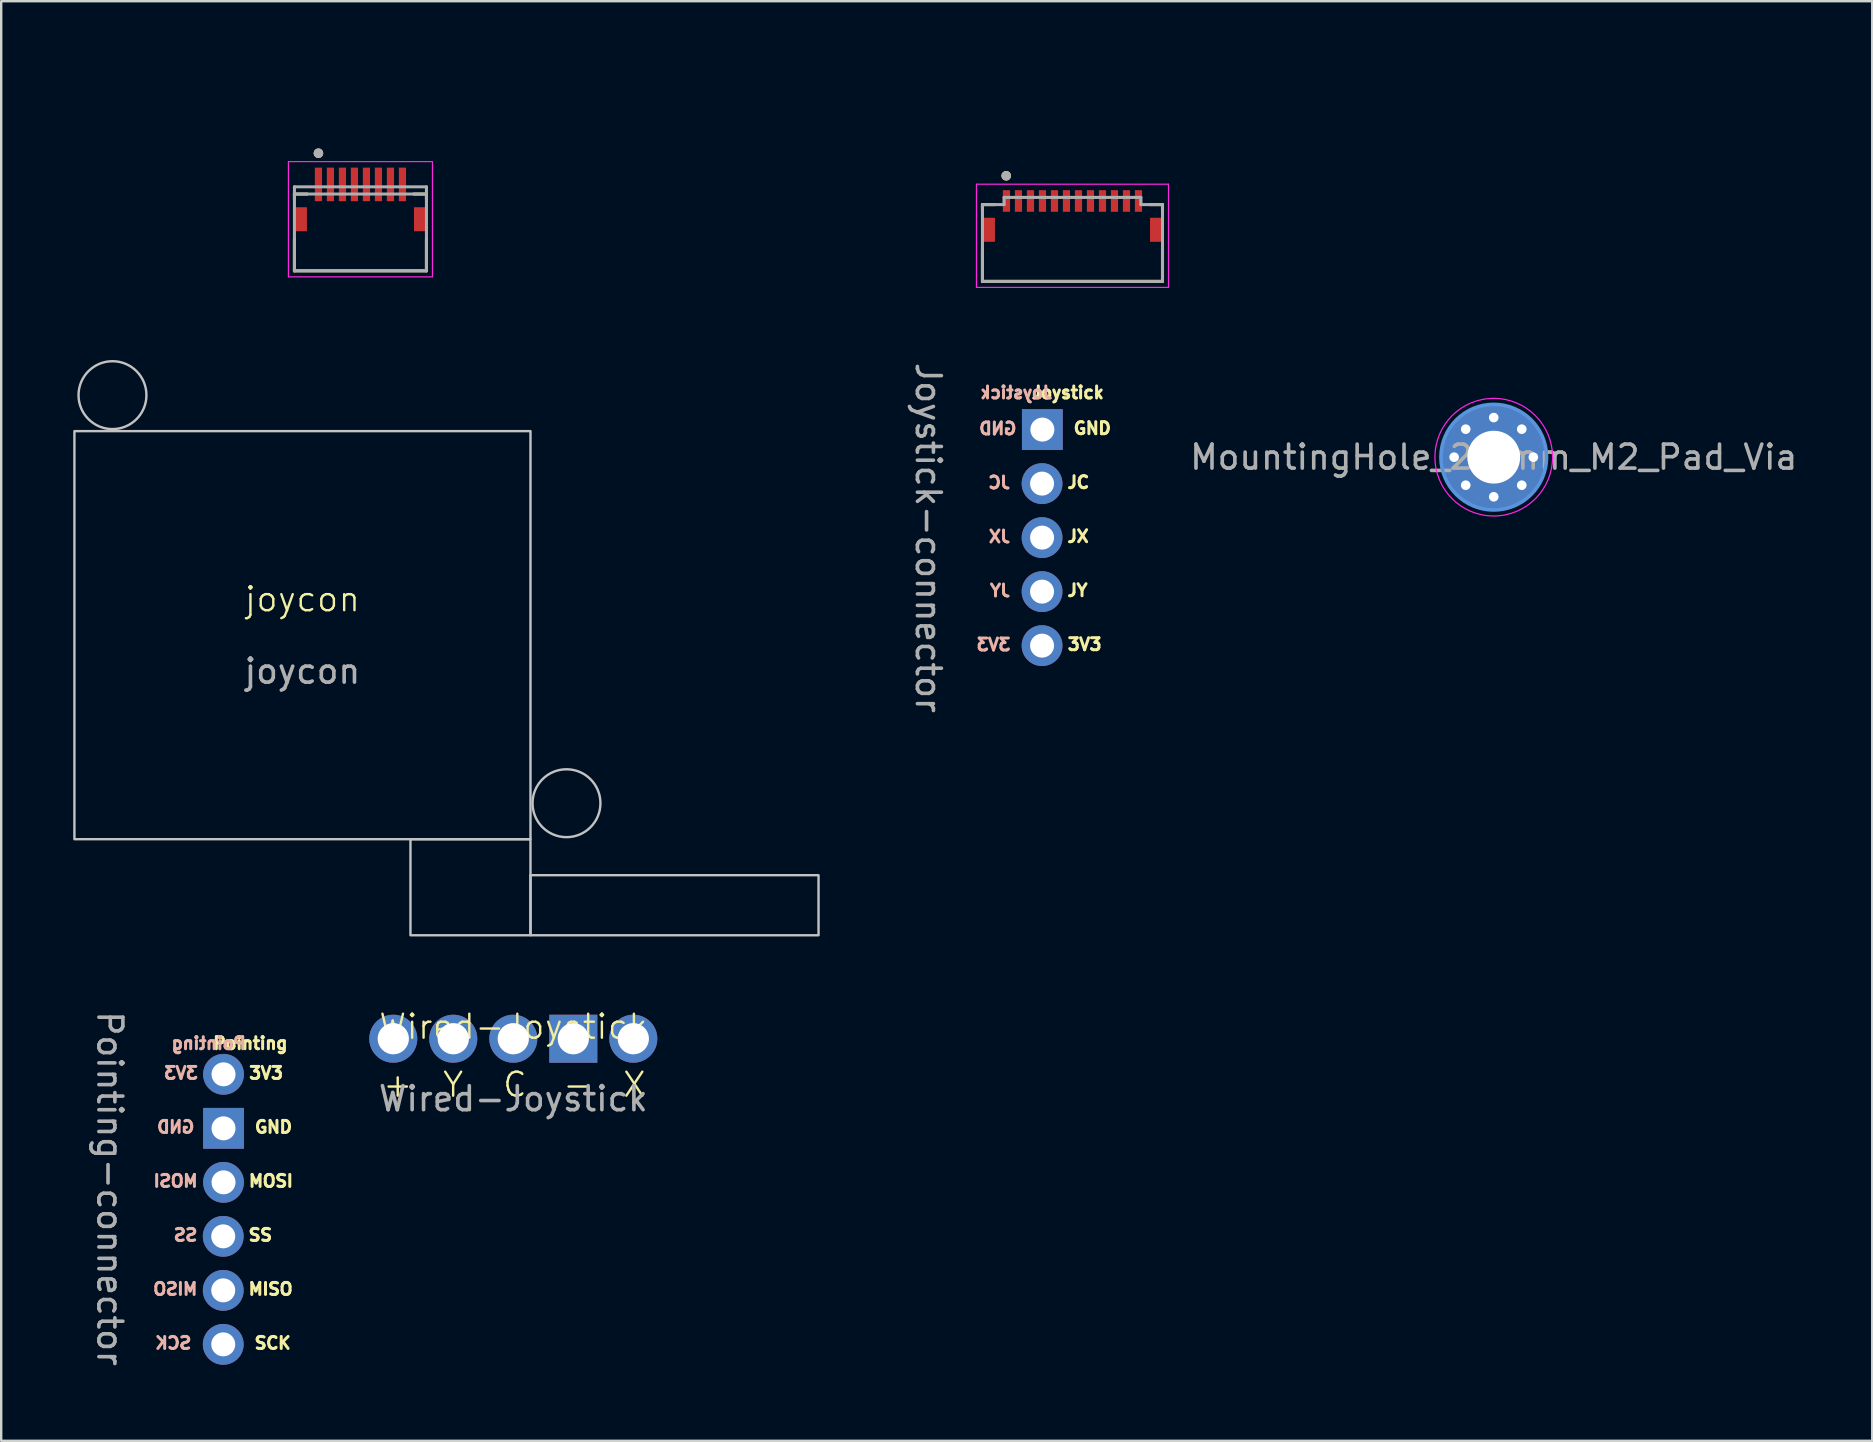
<source format=kicad_pcb>
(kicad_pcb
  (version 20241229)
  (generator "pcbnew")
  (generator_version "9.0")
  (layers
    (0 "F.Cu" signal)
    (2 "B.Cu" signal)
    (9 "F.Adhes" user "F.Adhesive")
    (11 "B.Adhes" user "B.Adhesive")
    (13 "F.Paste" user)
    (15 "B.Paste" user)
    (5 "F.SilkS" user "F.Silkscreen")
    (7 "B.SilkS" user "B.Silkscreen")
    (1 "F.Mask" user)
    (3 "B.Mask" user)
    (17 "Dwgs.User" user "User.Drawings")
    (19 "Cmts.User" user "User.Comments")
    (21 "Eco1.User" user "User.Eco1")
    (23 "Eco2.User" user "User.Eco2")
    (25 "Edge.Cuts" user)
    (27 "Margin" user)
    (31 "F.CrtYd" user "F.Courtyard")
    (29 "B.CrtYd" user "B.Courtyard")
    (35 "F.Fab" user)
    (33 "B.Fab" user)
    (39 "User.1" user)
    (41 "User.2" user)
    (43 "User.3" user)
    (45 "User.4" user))
  (footprint "joycon"
    (layer "F.Cu")
    (at 9.55 23.412)
    (property "Reference" "joycon" (at 0 -1.5 0) (unlocked yes) (layer "F.SilkS") (effects (font (size 1 1) (thickness 0.1))))
    (fp_rect (start -9.5 -8.5) (end 9.5 8.5) (stroke (width 0.1) (type default)) (fill no) (layer "Dwgs.User"))
    (fp_rect (start 4.5 8.5) (end 9.5 12.5) (stroke (width 0.1) (type default)) (fill no) (layer "Dwgs.User"))
    (fp_rect (start 9.5 10) (end 21.5 12.5) (stroke (width 0.1) (type default)) (fill no) (layer "Dwgs.User"))
    (fp_circle (center -7.914 -10) (end -8.914 -9) (stroke (width 0.1) (type default)) (fill no) (layer "Dwgs.User"))
    (fp_circle (center 11 7) (end 10 8) (stroke (width 0.1) (type default)) (fill no) (layer "Dwgs.User"))
    (fp_text user "${REFERENCE}" (at 0 1.5 0) (unlocked yes) (layer "F.Fab") (effects (font (size 1 1) (thickness 0.15)))))
  (footprint "Pointing-connector"
    (layer "F.Cu")
    (at 6.262 47.706)
    (property "Reference" "Pointing-connector" (at -5.75 -1.25 270) (unlocked yes) (layer "User.1") (effects (font (size 0.5 0.5) (thickness 0.15))))
    (attr through_hole)
    (fp_text user "SCK" (at 1.226 5.488 0) (unlocked yes) (layer "F.SilkS") (effects (font (size 0.5 0.5) (thickness 0.15)) (justify left bottom)))
    (fp_text user "MOSI" (at 0.988 -1.262 0) (unlocked yes) (layer "F.SilkS") (effects (font (size 0.5 0.5) (thickness 0.15)) (justify left bottom)))
    (fp_text user "MISO" (at 0.976 3.238 0) (unlocked yes) (layer "F.SilkS") (effects (font (size 0.5 0.5) (thickness 0.15)) (justify left bottom)))
    (fp_text user "3V3" (at 1 -5.762 0) (unlocked yes) (layer "F.SilkS") (effects (font (size 0.5 0.5) (thickness 0.15)) (justify left bottom)))
    (fp_text user "GND" (at 1.238 -3.512 0) (unlocked yes) (layer "F.SilkS") (effects (font (size 0.5 0.5) (thickness 0.15)) (justify left bottom)))
    (fp_text user "Pointing" (at -0.5 -7 0) (unlocked yes) (layer "F.SilkS") (effects (font (size 0.5 0.5) (thickness 0.15)) (justify left bottom)))
    (fp_text user "SS" (at 0.976 0.988 0) (unlocked yes) (layer "F.SilkS") (effects (font (size 0.5 0.5) (thickness 0.15)) (justify left bottom)))
    (fp_text user "MOSI" (at -1.012 -1.262 0) (unlocked yes) (layer "B.SilkS") (effects (font (size 0.5 0.5) (thickness 0.15)) (justify left bottom mirror)))
    (fp_text user "3V3" (at -1 -5.762 0) (unlocked yes) (layer "B.SilkS") (effects (font (size 0.5 0.5) (thickness 0.15)) (justify left bottom mirror)))
    (fp_text user "GND" (at -1.148 -3.512 0) (unlocked yes) (layer "B.SilkS") (effects (font (size 0.5 0.5) (thickness 0.15)) (justify left bottom mirror)))
    (fp_text user "SS" (at -1.024 0.988 0) (unlocked yes) (layer "B.SilkS") (effects (font (size 0.5 0.5) (thickness 0.15)) (justify left bottom mirror)))
    (fp_text user "MISO" (at -1.024 3.238 0) (unlocked yes) (layer "B.SilkS") (effects (font (size 0.5 0.5) (thickness 0.15)) (justify left bottom mirror)))
    (fp_text user "Pointing" (at 1 -7 0) (unlocked yes) (layer "B.SilkS") (effects (font (size 0.5 0.5) (thickness 0.15)) (justify left bottom mirror)))
    (fp_text user "SCK" (at -1.274 5.488 0) (unlocked yes) (layer "B.SilkS") (effects (font (size 0.5 0.5) (thickness 0.15)) (justify left bottom mirror)))
    (fp_text user "${REFERENCE}" (at -4.738 -1.238 270) (unlocked yes) (layer "F.Fab") (effects (font (size 1 1) (thickness 0.15))))
    (pad "1" thru_hole circle (at -0.012 5.25 270) (size 1.7 1.7) (drill 1) (layers "*.Cu" "*.Mask"))
    (pad "2" thru_hole circle (at -0.012 3 270) (size 1.7 1.7) (drill 1) (layers "*.Cu" "*.Mask"))
    (pad "3" thru_hole circle (at -0.012 0.75 270) (size 1.7 1.7) (drill 1) (layers "*.Cu" "*.Mask"))
    (pad "4" thru_hole circle (at 0 -1.5 270) (size 1.7 1.7) (drill 1) (layers "*.Cu" "*.Mask"))
    (pad "5" thru_hole rect (at 0 -3.75 270) (size 1.7 1.7) (drill 1) (layers "*.Cu" "*.Mask"))
    (pad "6" thru_hole circle (at 0 -6 270) (size 1.7 1.7) (drill 1) (layers "*.Cu" "*.Mask")))
  (footprint "AMPHENOL_59453-081110EDHLF"
    (layer "F.Cu")
    (at 11.966 6.483)
    (property "Reference" "AMPHENOL_59453-081110EDHLF" (at 0.635 -5.635 0) (layer "User.1") (effects (font (size 1 1) (thickness 0.15))))
    (attr smd)
    (fp_poly (pts (xy -1.95 -2.6) (xy -1.55 -2.6) (xy -1.55 -1.1) (xy -1.95 -1.1)) (stroke (width 0.01) (type solid)) (fill yes) (layer "F.Mask"))
    (fp_poly (pts (xy -1.45 -2.6) (xy -1.05 -2.6) (xy -1.05 -1.1) (xy -1.45 -1.1)) (stroke (width 0.01) (type solid)) (fill yes) (layer "F.Mask"))
    (fp_poly (pts (xy -0.95 -2.6) (xy -0.55 -2.6) (xy -0.55 -1.1) (xy -0.95 -1.1)) (stroke (width 0.01) (type solid)) (fill yes) (layer "F.Mask"))
    (fp_poly (pts (xy -0.45 -2.6) (xy -0.05 -2.6) (xy -0.05 -1.1) (xy -0.45 -1.1)) (stroke (width 0.01) (type solid)) (fill yes) (layer "F.Mask"))
    (fp_poly (pts (xy 0.05 -2.6) (xy 0.45 -2.6) (xy 0.45 -1.1) (xy 0.05 -1.1)) (stroke (width 0.01) (type solid)) (fill yes) (layer "F.Mask"))
    (fp_poly (pts (xy 0.55 -2.6) (xy 0.95 -2.6) (xy 0.95 -1.1) (xy 0.55 -1.1)) (stroke (width 0.01) (type solid)) (fill yes) (layer "F.Mask"))
    (fp_poly (pts (xy 1.05 -2.6) (xy 1.45 -2.6) (xy 1.45 -1.1) (xy 1.05 -1.1)) (stroke (width 0.01) (type solid)) (fill yes) (layer "F.Mask"))
    (fp_poly (pts (xy 1.55 -2.6) (xy 1.95 -2.6) (xy 1.95 -1.1) (xy 1.55 -1.1)) (stroke (width 0.01) (type solid)) (fill yes) (layer "F.Mask"))
    (fp_line (start -2.75 -1.45) (end -2.22 -1.45) (stroke (width 0.127) (type solid)) (layer "F.SilkS"))
    (fp_line (start -2.75 -1.22) (end -2.75 -1.45) (stroke (width 0.127) (type solid)) (layer "F.SilkS"))
    (fp_line (start -2.75 1.75) (end -2.75 0.42) (stroke (width 0.127) (type solid)) (layer "F.SilkS"))
    (fp_line (start 2.22 -1.45) (end 2.75 -1.45) (stroke (width 0.127) (type solid)) (layer "F.SilkS"))
    (fp_line (start 2.75 -1.45) (end 2.75 -1.22) (stroke (width 0.127) (type solid)) (layer "F.SilkS"))
    (fp_line (start 2.75 1.75) (end -2.75 1.75) (stroke (width 0.127) (type solid)) (layer "F.SilkS"))
    (fp_line (start 2.75 1.75) (end 2.75 0.42) (stroke (width 0.127) (type solid)) (layer "F.SilkS"))
    (fp_circle (center -1.75 -3.15) (end -1.65 -3.15) (stroke (width 0.2) (type solid)) (fill no) (layer "F.SilkS"))
    (fp_line (start -3 -2.8) (end -3 2) (stroke (width 0.05) (type solid)) (layer "F.CrtYd"))
    (fp_line (start -3 2) (end 3 2) (stroke (width 0.05) (type solid)) (layer "F.CrtYd"))
    (fp_line (start 3 -2.8) (end -3 -2.8) (stroke (width 0.05) (type solid)) (layer "F.CrtYd"))
    (fp_line (start 3 2) (end 3 -2.8) (stroke (width 0.05) (type solid)) (layer "F.CrtYd"))
    (fp_line (start -2.75 -1.75) (end 2.75 -1.75) (stroke (width 0.127) (type solid)) (layer "F.Fab"))
    (fp_line (start -2.75 -1.45) (end -2.75 -1.75) (stroke (width 0.127) (type solid)) (layer "F.Fab"))
    (fp_line (start -2.75 -1.45) (end 2.75 -1.45) (stroke (width 0.127) (type solid)) (layer "F.Fab"))
    (fp_line (start -2.75 1.75) (end -2.75 -1.45) (stroke (width 0.127) (type solid)) (layer "F.Fab"))
    (fp_line (start 2.75 -1.75) (end 2.75 -1.45) (stroke (width 0.127) (type solid)) (layer "F.Fab"))
    (fp_line (start 2.75 -1.45) (end 2.75 1.75) (stroke (width 0.127) (type solid)) (layer "F.Fab"))
    (fp_line (start 2.75 1.75) (end -2.75 1.75) (stroke (width 0.127) (type solid)) (layer "F.Fab"))
    (fp_circle (center -1.75 -3.15) (end -1.65 -3.15) (stroke (width 0.2) (type solid)) (fill no) (layer "F.Fab"))
    (pad "1" smd rect (at -1.75 -1.85) (size 0.3 1.4) (layers "F.Cu" "F.Paste"))
    (pad "2" smd rect (at -1.25 -1.85) (size 0.3 1.4) (layers "F.Cu" "F.Paste"))
    (pad "3" smd rect (at -0.75 -1.85) (size 0.3 1.4) (layers "F.Cu" "F.Paste"))
    (pad "4" smd rect (at -0.25 -1.85) (size 0.3 1.4) (layers "F.Cu" "F.Paste"))
    (pad "5" smd rect (at 0.25 -1.85) (size 0.3 1.4) (layers "F.Cu" "F.Paste"))
    (pad "6" smd rect (at 0.75 -1.85) (size 0.3 1.4) (layers "F.Cu" "F.Paste"))
    (pad "7" smd rect (at 1.25 -1.85) (size 0.3 1.4) (layers "F.Cu" "F.Paste"))
    (pad "8" smd rect (at 1.75 -1.85) (size 0.3 1.4) (layers "F.Cu" "F.Paste"))
    (pad "SH1" smd rect (at -2.49 -0.4) (size 0.52 1) (layers "F.Cu" "F.Mask" "F.Paste"))
    (pad "SH2" smd rect (at 2.49 -0.4) (size 0.52 1) (layers "F.Cu" "F.Mask" "F.Paste")))
  (footprint "Joystick-connector"
    (layer "F.Cu")
    (at 40.362 20.597)
    (property "Reference" "Joystick-connector" (at -5.75 -1.25 270) (unlocked yes) (layer "User.1") (effects (font (size 0.5 0.5) (thickness 0.15))))
    (attr through_hole)
    (fp_text user "JX" (at 0.988 -1.012 0) (unlocked yes) (layer "F.SilkS") (effects (font (size 0.5 0.5) (thickness 0.125)) (justify left bottom)))
    (fp_text user "Joystick" (at -0.5 -7 0) (unlocked yes) (layer "F.SilkS") (effects (font (size 0.5 0.5) (thickness 0.125)) (justify left bottom)))
    (fp_text user "GND" (at 1.25 -5.512 0) (unlocked yes) (layer "F.SilkS") (effects (font (size 0.5 0.5) (thickness 0.15)) (justify left bottom)))
    (fp_text user "3V3" (at 1 3.488 0) (unlocked yes) (layer "F.SilkS") (effects (font (size 0.5 0.5) (thickness 0.15)) (justify left bottom)))
    (fp_text user "JY" (at 0.988 1.238 0) (unlocked yes) (layer "F.SilkS") (effects (font (size 0.5 0.5) (thickness 0.125)) (justify left bottom)))
    (fp_text user "JC" (at 0.988 -3.262 0) (unlocked yes) (layer "F.SilkS") (effects (font (size 0.5 0.5) (thickness 0.125)) (justify left bottom)))
    (fp_text user "JX" (at -1.262 -1 0) (unlocked yes) (layer "B.SilkS") (effects (font (size 0.5 0.5) (thickness 0.125)) (justify left bottom mirror)))
    (fp_text user "GND" (at -1 -5.5 0) (unlocked yes) (layer "B.SilkS") (effects (font (size 0.5 0.5) (thickness 0.15)) (justify left bottom mirror)))
    (fp_text user "JY" (at -1.262 1.25 0) (unlocked yes) (layer "B.SilkS") (effects (font (size 0.5 0.5) (thickness 0.125)) (justify left bottom mirror)))
    (fp_text user "3V3" (at -1.25 3.5 0) (unlocked yes) (layer "B.SilkS") (effects (font (size 0.5 0.5) (thickness 0.15)) (justify left bottom mirror)))
    (fp_text user "Joystick" (at 0.5 -7 0) (unlocked yes) (layer "B.SilkS") (effects (font (size 0.5 0.5) (thickness 0.125)) (justify left bottom mirror)))
    (fp_text user "JC" (at -1.262 -3.25 0) (unlocked yes) (layer "B.SilkS") (effects (font (size 0.5 0.5) (thickness 0.125)) (justify left bottom mirror)))
    (fp_text user "${REFERENCE}" (at -4.738 -1.238 270) (unlocked yes) (layer "F.Fab") (effects (font (size 1 1) (thickness 0.15))))
    (pad "1" thru_hole circle (at 0 3.25 270) (size 1.7 1.7) (drill 1) (layers "*.Cu" "*.Mask"))
    (pad "2" thru_hole circle (at 0 1 270) (size 1.7 1.7) (drill 1) (layers "*.Cu" "*.Mask"))
    (pad "3" thru_hole circle (at 0 -1.25 270) (size 1.7 1.7) (drill 1) (layers "*.Cu" "*.Mask"))
    (pad "4" thru_hole circle (at 0 -3.5 270) (size 1.7 1.7) (drill 1) (layers "*.Cu" "*.Mask"))
    (pad "5" thru_hole rect (at 0.012 -5.75 270) (size 1.7 1.7) (drill 1) (layers "*.Cu" "*.Mask")))
  (footprint "Wired-Joystick"
    (layer "F.Cu")
    (at 18.334 40.223)
    (property "Reference" "Wired-Joystick" (at 0 -0.5 0) (unlocked yes) (layer "F.SilkS") (effects (font (size 1 1) (thickness 0.1))))
    (attr through_hole)
    (fp_text user "-" (at 2 2.5 0) (unlocked yes) (layer "F.SilkS") (effects (font (size 1 1) (thickness 0.1)) (justify left bottom)))
    (fp_text user "X" (at 4.5 2.5 0) (unlocked yes) (layer "F.SilkS") (effects (font (size 1 1) (thickness 0.1)) (justify left bottom)))
    (fp_text user "Y" (at -3 2.5 0) (unlocked yes) (layer "F.SilkS") (effects (font (size 1 1) (thickness 0.1)) (justify left bottom)))
    (fp_text user "+" (at -5.5 2.5 0) (unlocked yes) (layer "F.SilkS") (effects (font (size 1 1) (thickness 0.1)) (justify left bottom)))
    (fp_text user "C" (at -0.5 2.5 0) (unlocked yes) (layer "F.SilkS") (effects (font (size 1 1) (thickness 0.1)) (justify left bottom)))
    (fp_text user "${REFERENCE}" (at 0 2.5 0) (unlocked yes) (layer "F.Fab") (effects (font (size 1 1) (thickness 0.15))))
    (pad "1" thru_hole circle (at -5 0) (size 2 2) (drill 1.3) (layers "*.Cu" "*.Mask"))
    (pad "2" thru_hole circle (at -2.5 0) (size 2 2) (drill 1.3) (layers "*.Cu" "*.Mask"))
    (pad "3" thru_hole circle (at 0 0) (size 2 2) (drill 1.3) (layers "*.Cu" "*.Mask"))
    (pad "4" thru_hole rect (at 2.5 0) (size 2 2) (drill 1.3) (layers "*.Cu" "*.Mask"))
    (pad "5" thru_hole circle (at 5 0) (size 2 2) (drill 1.3) (layers "*.Cu" "*.Mask")))
  (footprint "AMPHENOL_59453-121110ECHLF"
    (layer "F.Cu")
    (at 41.629 6.523)
    (property "Reference" "AMPHENOL_59453-121110ECHLF" (at -0.825 -5.675 0) (layer "User.1") (effects (font (size 1 1) (thickness 0.15))))
    (attr smd)
    (fp_line (start -3.75 -1.05) (end -3.22 -1.05) (stroke (width 0.127) (type solid)) (layer "F.SilkS"))
    (fp_line (start -3.75 -0.82) (end -3.75 -1.05) (stroke (width 0.127) (type solid)) (layer "F.SilkS"))
    (fp_line (start -3.75 2.15) (end -3.75 0.82) (stroke (width 0.127) (type solid)) (layer "F.SilkS"))
    (fp_line (start 3.22 -1.05) (end 3.75 -1.05) (stroke (width 0.127) (type solid)) (layer "F.SilkS"))
    (fp_line (start 3.75 -1.05) (end 3.75 -0.82) (stroke (width 0.127) (type solid)) (layer "F.SilkS"))
    (fp_line (start 3.75 2.15) (end -3.75 2.15) (stroke (width 0.127) (type solid)) (layer "F.SilkS"))
    (fp_line (start 3.75 2.15) (end 3.75 0.82) (stroke (width 0.127) (type solid)) (layer "F.SilkS"))
    (fp_circle (center -2.76 -2.25) (end -2.66 -2.25) (stroke (width 0.2) (type solid)) (fill no) (layer "F.SilkS"))
    (fp_line (start -4 -1.9) (end -4 2.4) (stroke (width 0.05) (type solid)) (layer "F.CrtYd"))
    (fp_line (start -4 2.4) (end 4 2.4) (stroke (width 0.05) (type solid)) (layer "F.CrtYd"))
    (fp_line (start 4 -1.9) (end -4 -1.9) (stroke (width 0.05) (type solid)) (layer "F.CrtYd"))
    (fp_line (start 4 2.4) (end 4 -1.9) (stroke (width 0.05) (type solid)) (layer "F.CrtYd"))
    (fp_line (start -3.75 -1.05) (end -2.85 -1.05) (stroke (width 0.127) (type solid)) (layer "F.Fab"))
    (fp_line (start -3.75 2.15) (end -3.75 -1.05) (stroke (width 0.127) (type solid)) (layer "F.Fab"))
    (fp_line (start -2.85 -1.35) (end 2.85 -1.35) (stroke (width 0.127) (type solid)) (layer "F.Fab"))
    (fp_line (start -2.85 -1.05) (end -2.85 -1.35) (stroke (width 0.127) (type solid)) (layer "F.Fab"))
    (fp_line (start 2.85 -1.35) (end 2.85 -1.05) (stroke (width 0.127) (type solid)) (layer "F.Fab"))
    (fp_line (start 2.85 -1.05) (end 3.75 -1.05) (stroke (width 0.127) (type solid)) (layer "F.Fab"))
    (fp_line (start 3.75 -1.05) (end 3.75 2.15) (stroke (width 0.127) (type solid)) (layer "F.Fab"))
    (fp_line (start 3.75 2.15) (end -3.75 2.15) (stroke (width 0.127) (type solid)) (layer "F.Fab"))
    (fp_circle (center -2.76 -2.25) (end -2.66 -2.25) (stroke (width 0.2) (type solid)) (fill no) (layer "F.Fab"))
    (pad "1" smd rect (at -2.75 -1.2) (size 0.3 0.9) (layers "F.Cu" "F.Mask" "F.Paste"))
    (pad "2" smd rect (at -2.25 -1.2) (size 0.3 0.9) (layers "F.Cu" "F.Mask" "F.Paste"))
    (pad "3" smd rect (at -1.75 -1.2) (size 0.3 0.9) (layers "F.Cu" "F.Mask" "F.Paste"))
    (pad "4" smd rect (at -1.25 -1.2) (size 0.3 0.9) (layers "F.Cu" "F.Mask" "F.Paste"))
    (pad "5" smd rect (at -0.75 -1.2) (size 0.3 0.9) (layers "F.Cu" "F.Mask" "F.Paste"))
    (pad "6" smd rect (at -0.25 -1.2) (size 0.3 0.9) (layers "F.Cu" "F.Mask" "F.Paste"))
    (pad "7" smd rect (at 0.25 -1.2) (size 0.3 0.9) (layers "F.Cu" "F.Mask" "F.Paste"))
    (pad "8" smd rect (at 0.75 -1.2) (size 0.3 0.9) (layers "F.Cu" "F.Mask" "F.Paste"))
    (pad "9" smd rect (at 1.25 -1.2) (size 0.3 0.9) (layers "F.Cu" "F.Mask" "F.Paste"))
    (pad "10" smd rect (at 1.75 -1.2) (size 0.3 0.9) (layers "F.Cu" "F.Mask" "F.Paste"))
    (pad "11" smd rect (at 2.25 -1.2) (size 0.3 0.9) (layers "F.Cu" "F.Mask" "F.Paste"))
    (pad "12" smd rect (at 2.75 -1.2) (size 0.3 0.9) (layers "F.Cu" "F.Mask" "F.Paste"))
    (pad "S1" smd rect (at -3.49 0) (size 0.52 1) (layers "F.Cu" "F.Mask" "F.Paste"))
    (pad "S2" smd rect (at 3.49 0) (size 0.52 1) (layers "F.Cu" "F.Mask" "F.Paste")))
  (footprint "MountingHole_2.2mm_M2_Pad_Via"
    (layer "F.Cu")
    (at 59.179 15.996)
    (property "Reference" "MountingHole_2.2mm_M2_Pad_Via" (at 0 -3.2 0) (layer "User.1") (effects (font (size 1 1) (thickness 0.15))))
    (attr exclude_from_pos_files exclude_from_bom)
    (fp_circle (center 0 0) (end 2.2 0) (stroke (width 0.15) (type solid)) (fill no) (layer "Cmts.User"))
    (fp_circle (center 0 0) (end 2.45 0) (stroke (width 0.05) (type solid)) (fill no) (layer "F.CrtYd"))
    (fp_text user "${REFERENCE}" (at 0 0 0) (layer "F.Fab") (effects (font (size 1 1) (thickness 0.15))))
    (pad "1" thru_hole circle (at -1.65 0) (size 0.7 0.7) (drill 0.4) (layers "*.Cu" "*.Mask"))
    (pad "1" thru_hole circle (at -1.167 -1.167) (size 0.7 0.7) (drill 0.4) (layers "*.Cu" "*.Mask"))
    (pad "1" thru_hole circle (at -1.167 1.167) (size 0.7 0.7) (drill 0.4) (layers "*.Cu" "*.Mask"))
    (pad "1" thru_hole circle (at 0 -1.65) (size 0.7 0.7) (drill 0.4) (layers "*.Cu" "*.Mask"))
    (pad "1" thru_hole circle (at 0 0) (size 4.4 4.4) (drill 2.2) (layers "*.Cu" "*.Mask"))
    (pad "1" thru_hole circle (at 0 1.65) (size 0.7 0.7) (drill 0.4) (layers "*.Cu" "*.Mask"))
    (pad "1" thru_hole circle (at 1.167 -1.167) (size 0.7 0.7) (drill 0.4) (layers "*.Cu" "*.Mask"))
    (pad "1" thru_hole circle (at 1.167 1.167) (size 0.7 0.7) (drill 0.4) (layers "*.Cu" "*.Mask"))
    (pad "1" thru_hole circle (at 1.65 0) (size 0.7 0.7) (drill 0.4) (layers "*.Cu" "*.Mask")))
  (gr_rect
    (start -3 -3)
    (end 74.946 56.974)
    (stroke (width 0.1) (type default))
    (fill no)
    (layer "Edge.Cuts")))
</source>
